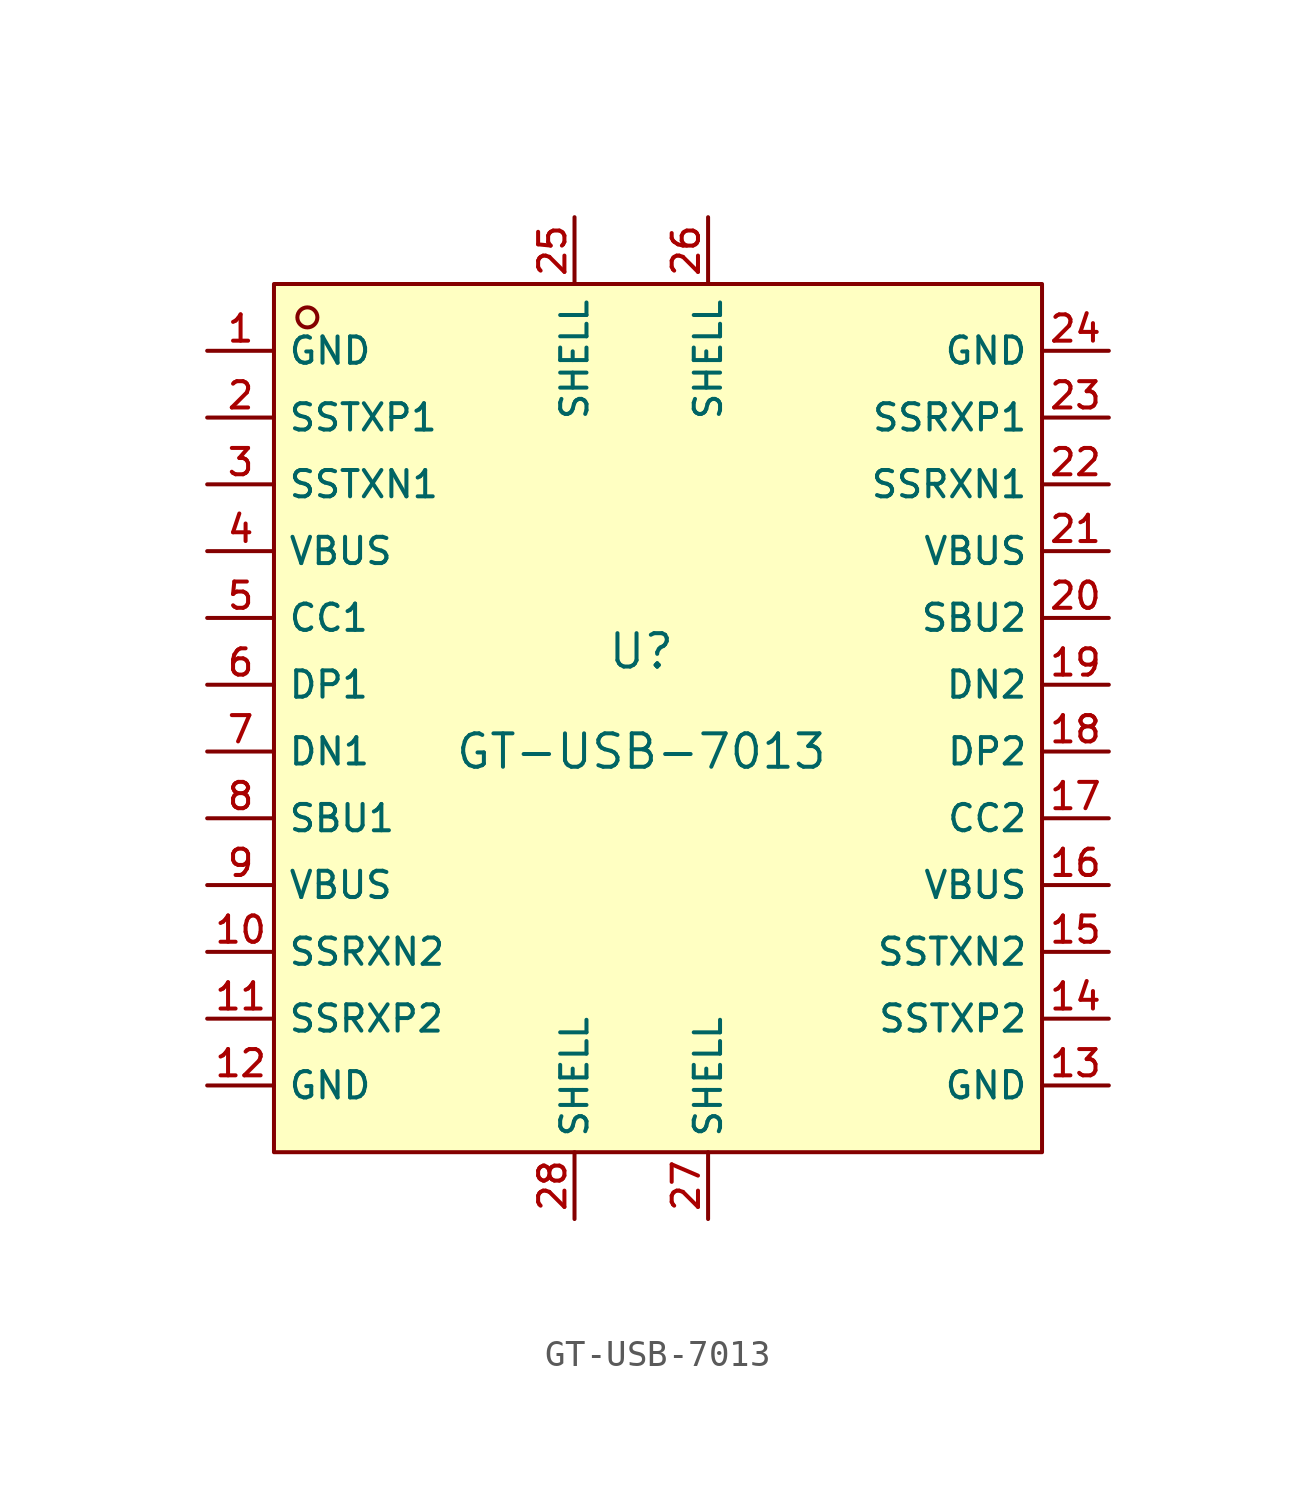
<source format=kicad_sym>
(kicad_symbol_lib
  (version 20220914)
  (generator kicad_symbol_editor)
  (symbol "GT-USB-7013"
    (property "Reference" "U"
      (at 0 1.27 0)
      (effects (font (size 1.27 1.27))))
    (property "Value" "GT-USB-7013"
      (at 0 -2.54 0)
      (effects (font (size 1.27 1.27))))
    (symbol "GT-USB-7013_0_1"
      (rectangle (start -13.97 15.24) (end 15.24 -17.78) (stroke (width 0) (type default)) (fill (type background)))
      (circle (center -12.7 13.97) (radius 0.381) (stroke (width 0) (type default)) (fill (type background)))
      (pin unspecified line (at -16.51 12.7 0) (length 2.54) (name "GND" (effects (font (size 1 1)))) (number "1" (effects (font (size 1 1)))))
      (pin unspecified line (at -16.51 -10.16 0) (length 2.54) (name "SSRXN2" (effects (font (size 1 1)))) (number "10" (effects (font (size 1 1)))))
      (pin unspecified line (at -16.51 -12.7 0) (length 2.54) (name "SSRXP2" (effects (font (size 1 1)))) (number "11" (effects (font (size 1 1)))))
      (pin unspecified line (at -16.51 -15.24 0) (length 2.54) (name "GND" (effects (font (size 1 1)))) (number "12" (effects (font (size 1 1)))))
      (pin unspecified line (at 17.78 -15.24 180) (length 2.54) (name "GND" (effects (font (size 1 1)))) (number "13" (effects (font (size 1 1)))))
      (pin unspecified line (at 17.78 -12.7 180) (length 2.54) (name "SSTXP2" (effects (font (size 1 1)))) (number "14" (effects (font (size 1 1)))))
      (pin unspecified line (at 17.78 -10.16 180) (length 2.54) (name "SSTXN2" (effects (font (size 1 1)))) (number "15" (effects (font (size 1 1)))))
      (pin unspecified line (at 17.78 -7.62 180) (length 2.54) (name "VBUS" (effects (font (size 1 1)))) (number "16" (effects (font (size 1 1)))))
      (pin unspecified line (at 17.78 -5.08 180) (length 2.54) (name "CC2" (effects (font (size 1 1)))) (number "17" (effects (font (size 1 1)))))
      (pin unspecified line (at 17.78 -2.54 180) (length 2.54) (name "DP2" (effects (font (size 1 1)))) (number "18" (effects (font (size 1 1)))))
      (pin unspecified line (at 17.78 0 180) (length 2.54) (name "DN2" (effects (font (size 1 1)))) (number "19" (effects (font (size 1 1)))))
      (pin unspecified line (at -16.51 10.16 0) (length 2.54) (name "SSTXP1" (effects (font (size 1 1)))) (number "2" (effects (font (size 1 1)))))
      (pin unspecified line (at 17.78 2.54 180) (length 2.54) (name "SBU2" (effects (font (size 1 1)))) (number "20" (effects (font (size 1 1)))))
      (pin unspecified line (at 17.78 5.08 180) (length 2.54) (name "VBUS" (effects (font (size 1 1)))) (number "21" (effects (font (size 1 1)))))
      (pin unspecified line (at 17.78 7.62 180) (length 2.54) (name "SSRXN1" (effects (font (size 1 1)))) (number "22" (effects (font (size 1 1)))))
      (pin unspecified line (at 17.78 10.16 180) (length 2.54) (name "SSRXP1" (effects (font (size 1 1)))) (number "23" (effects (font (size 1 1)))))
      (pin unspecified line (at 17.78 12.7 180) (length 2.54) (name "GND" (effects (font (size 1 1)))) (number "24" (effects (font (size 1 1)))))
      (pin unspecified line (at -2.54 17.78 270) (length 2.54) (name "SHELL" (effects (font (size 1 1)))) (number "25" (effects (font (size 1 1)))))
      (pin unspecified line (at 2.54 17.78 270) (length 2.54) (name "SHELL" (effects (font (size 1 1)))) (number "26" (effects (font (size 1 1)))))
      (pin unspecified line (at 2.54 -20.32 90) (length 2.54) (name "SHELL" (effects (font (size 1 1)))) (number "27" (effects (font (size 1 1)))))
      (pin unspecified line (at -2.54 -20.32 90) (length 2.54) (name "SHELL" (effects (font (size 1 1)))) (number "28" (effects (font (size 1 1)))))
      (pin unspecified line (at -16.51 7.62 0) (length 2.54) (name "SSTXN1" (effects (font (size 1 1)))) (number "3" (effects (font (size 1 1)))))
      (pin unspecified line (at -16.51 5.08 0) (length 2.54) (name "VBUS" (effects (font (size 1 1)))) (number "4" (effects (font (size 1 1)))))
      (pin unspecified line (at -16.51 2.54 0) (length 2.54) (name "CC1" (effects (font (size 1 1)))) (number "5" (effects (font (size 1 1)))))
      (pin unspecified line (at -16.51 0 0) (length 2.54) (name "DP1" (effects (font (size 1 1)))) (number "6" (effects (font (size 1 1)))))
      (pin unspecified line (at -16.51 -2.54 0) (length 2.54) (name "DN1" (effects (font (size 1 1)))) (number "7" (effects (font (size 1 1)))))
      (pin unspecified line (at -16.51 -5.08 0) (length 2.54) (name "SBU1" (effects (font (size 1 1)))) (number "8" (effects (font (size 1 1)))))
      (pin unspecified line (at -16.51 -7.62 0) (length 2.54) (name "VBUS" (effects (font (size 1 1)))) (number "9" (effects (font (size 1 1))))))))
</source>
